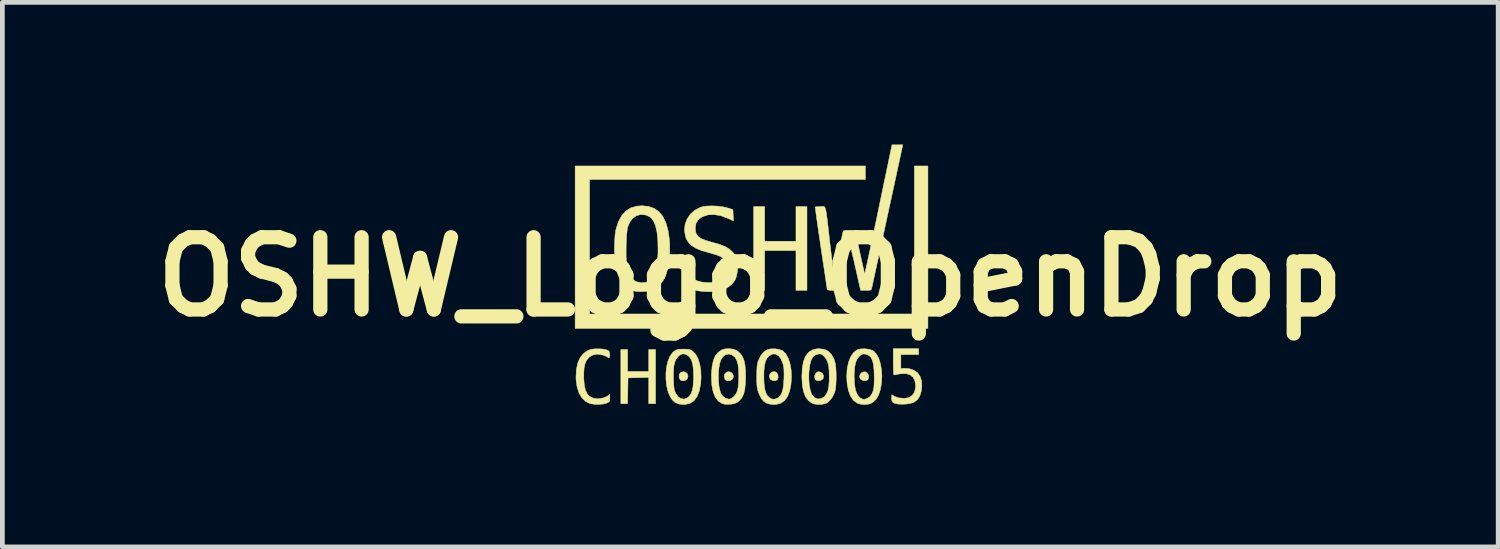
<source format=kicad_pcb>
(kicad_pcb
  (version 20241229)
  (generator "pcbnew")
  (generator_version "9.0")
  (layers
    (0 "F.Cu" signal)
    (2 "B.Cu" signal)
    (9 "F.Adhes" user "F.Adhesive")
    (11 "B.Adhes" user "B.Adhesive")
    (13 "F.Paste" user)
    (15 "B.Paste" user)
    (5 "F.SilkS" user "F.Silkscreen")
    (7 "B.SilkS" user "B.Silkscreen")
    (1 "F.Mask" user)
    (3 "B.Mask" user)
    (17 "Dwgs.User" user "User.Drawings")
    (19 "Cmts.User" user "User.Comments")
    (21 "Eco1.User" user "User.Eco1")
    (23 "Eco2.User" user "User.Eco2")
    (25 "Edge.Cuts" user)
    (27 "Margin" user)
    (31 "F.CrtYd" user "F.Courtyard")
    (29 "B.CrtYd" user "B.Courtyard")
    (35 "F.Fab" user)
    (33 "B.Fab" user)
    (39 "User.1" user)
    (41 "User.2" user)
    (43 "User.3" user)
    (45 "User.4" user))
  (footprint "OSHW_Logo_OpenDrop"
    (layer "F.Cu")
    (at 12.78 2.79)
    (property "Reference" "OSHW_Logo_OpenDrop" (at 0 0 0) (layer "F.SilkS") (effects (font (size 1.524 1.524) (thickness 0.3))))
    (attr through_hole)
    (fp_poly (pts (xy 2.428 -2.053) (xy -3.391 -2.053) (xy -3.391 0.785) (xy 3.463 0.785) (xy 3.463 -2.338) (xy 3.748 -2.338) (xy 3.748 1.089) (xy -3.695 1.089) (xy -3.695 -2.338) (xy 2.428 -2.338) (xy 2.428 -2.053)) (stroke (width 0.01) (type solid)) (fill yes) (layer "F.SilkS"))
    (fp_poly (pts (xy 0.303 -0.75) (xy 0.964 -0.75) (xy 0.964 -1.482) (xy 1.196 -1.482) (xy 1.196 0.286) (xy 0.964 0.286) (xy 0.964 -0.553) (xy 0.303 -0.553) (xy 0.303 0.286) (xy 0.071 0.286) (xy 0.071 -1.482) (xy 0.303 -1.482) (xy 0.303 -0.75)) (stroke (width 0.01) (type solid)) (fill yes) (layer "F.SilkS"))
    (fp_poly (pts (xy -2.588 1.999) (xy -2.142 1.999) (xy -2.142 1.535) (xy -1.999 1.535) (xy -1.999 2.677) (xy -2.142 2.677) (xy -2.142 2.123) (xy -2.361 2.128) (xy -2.579 2.133) (xy -2.584 2.405) (xy -2.589 2.677) (xy -2.731 2.677) (xy -2.731 1.535) (xy -2.588 1.535) (xy -2.588 1.999)) (stroke (width 0.01) (type solid)) (fill yes) (layer "F.SilkS"))
    (fp_poly (pts (xy -1.36 2.017) (xy -1.326 2.051) (xy -1.313 2.097) (xy -1.327 2.149) (xy -1.33 2.153) (xy -1.367 2.184) (xy -1.415 2.196) (xy -1.46 2.187) (xy -1.478 2.173) (xy -1.501 2.123) (xy -1.501 2.07) (xy -1.477 2.028) (xy -1.462 2.016) (xy -1.408 2.003) (xy -1.36 2.017)) (stroke (width 0.01) (type solid)) (fill yes) (layer "F.SilkS"))
    (fp_poly (pts (xy -0.427 2.007) (xy -0.387 2.031) (xy -0.362 2.07) (xy -0.357 2.115) (xy -0.379 2.161) (xy -0.385 2.167) (xy -0.427 2.191) (xy -0.477 2.194) (xy -0.52 2.178) (xy -0.535 2.161) (xy -0.552 2.1) (xy -0.537 2.047) (xy -0.521 2.029) (xy -0.474 2.004) (xy -0.427 2.007)) (stroke (width 0.01) (type solid)) (fill yes) (layer "F.SilkS"))
    (fp_poly (pts (xy 0.528 2.005) (xy 0.561 2.027) (xy 0.583 2.069) (xy 0.588 2.121) (xy 0.574 2.166) (xy 0.568 2.174) (xy 0.525 2.195) (xy 0.474 2.191) (xy 0.429 2.166) (xy 0.419 2.153) (xy 0.402 2.103) (xy 0.412 2.056) (xy 0.441 2.02) (xy 0.482 2.001) (xy 0.528 2.005)) (stroke (width 0.01) (type solid)) (fill yes) (layer "F.SilkS"))
    (fp_poly (pts (xy 2.463 2.025) (xy 2.491 2.069) (xy 2.498 2.121) (xy 2.484 2.167) (xy 2.478 2.174) (xy 2.436 2.193) (xy 2.384 2.19) (xy 2.337 2.167) (xy 2.329 2.159) (xy 2.307 2.115) (xy 2.314 2.07) (xy 2.34 2.032) (xy 2.379 2.008) (xy 2.425 2.005) (xy 2.463 2.025)) (stroke (width 0.01) (type solid)) (fill yes) (layer "F.SilkS"))
    (fp_poly (pts (xy 1.472 2.008) (xy 1.477 2.01) (xy 1.524 2.041) (xy 1.546 2.086) (xy 1.542 2.135) (xy 1.527 2.159) (xy 1.483 2.187) (xy 1.431 2.195) (xy 1.385 2.18) (xy 1.378 2.174) (xy 1.359 2.132) (xy 1.362 2.08) (xy 1.385 2.033) (xy 1.393 2.025) (xy 1.43 2.003) (xy 1.472 2.008)) (stroke (width 0.01) (type solid)) (fill yes) (layer "F.SilkS"))
    (fp_poly (pts (xy 3.552 1.642) (xy 3.177 1.642) (xy 3.177 1.938) (xy 3.245 1.931) (xy 3.349 1.937) (xy 3.448 1.97) (xy 3.526 2.023) (xy 3.58 2.096) (xy 3.612 2.193) (xy 3.62 2.305) (xy 3.608 2.413) (xy 3.577 2.515) (xy 3.529 2.589) (xy 3.462 2.642) (xy 3.445 2.651) (xy 3.385 2.67) (xy 3.303 2.684) (xy 3.214 2.689) (xy 3.131 2.686) (xy 3.115 2.684) (xy 3.044 2.668) (xy 3.003 2.642) (xy 2.984 2.599) (xy 2.981 2.556) (xy 2.982 2.507) (xy 2.987 2.489) (xy 3.001 2.495) (xy 3.014 2.505) (xy 3.05 2.526) (xy 3.106 2.546) (xy 3.145 2.556) (xy 3.256 2.566) (xy 3.348 2.548) (xy 3.419 2.502) (xy 3.466 2.431) (xy 3.488 2.336) (xy 3.49 2.303) (xy 3.476 2.201) (xy 3.437 2.122) (xy 3.373 2.069) (xy 3.287 2.043) (xy 3.181 2.045) (xy 3.147 2.05) (xy 3.09 2.061) (xy 3.047 2.069) (xy 3.031 2.071) (xy 3.026 2.054) (xy 3.022 2.007) (xy 3.019 1.937) (xy 3.017 1.85) (xy 3.017 1.794) (xy 3.017 1.517) (xy 3.552 1.517) (xy 3.552 1.642)) (stroke (width 0.01) (type solid)) (fill yes) (layer "F.SilkS"))
    (fp_poly (pts (xy -3.16 1.521) (xy -3.081 1.529) (xy -3.043 1.538) (xy -2.998 1.556) (xy -2.976 1.579) (xy -2.968 1.62) (xy -2.966 1.638) (xy -2.968 1.688) (xy -2.979 1.713) (xy -2.998 1.709) (xy -3.008 1.696) (xy -3.03 1.682) (xy -3.075 1.663) (xy -3.115 1.65) (xy -3.219 1.632) (xy -3.308 1.644) (xy -3.387 1.687) (xy -3.402 1.7) (xy -3.452 1.757) (xy -3.486 1.829) (xy -3.506 1.924) (xy -3.514 2.044) (xy -3.513 2.148) (xy -3.502 2.285) (xy -3.479 2.391) (xy -3.442 2.47) (xy -3.388 2.525) (xy -3.317 2.559) (xy -3.279 2.569) (xy -3.202 2.574) (xy -3.117 2.56) (xy -3.041 2.533) (xy -3.012 2.516) (xy -2.963 2.48) (xy -2.963 2.559) (xy -2.965 2.609) (xy -2.978 2.637) (xy -3.011 2.657) (xy -3.035 2.667) (xy -3.108 2.685) (xy -3.2 2.693) (xy -3.296 2.689) (xy -3.38 2.675) (xy -3.391 2.672) (xy -3.48 2.625) (xy -3.555 2.549) (xy -3.614 2.447) (xy -3.654 2.323) (xy -3.675 2.18) (xy -3.677 2.114) (xy -3.668 1.952) (xy -3.639 1.817) (xy -3.589 1.708) (xy -3.518 1.621) (xy -3.461 1.576) (xy -3.412 1.548) (xy -3.363 1.532) (xy -3.3 1.523) (xy -3.25 1.52) (xy -3.16 1.521)) (stroke (width 0.01) (type solid)) (fill yes) (layer "F.SilkS"))
    (fp_poly (pts (xy -0.366 1.526) (xy -0.296 1.55) (xy -0.284 1.558) (xy -0.219 1.611) (xy -0.17 1.675) (xy -0.135 1.754) (xy -0.113 1.853) (xy -0.101 1.979) (xy -0.098 2.106) (xy -0.103 2.256) (xy -0.116 2.375) (xy -0.139 2.471) (xy -0.176 2.547) (xy -0.226 2.609) (xy -0.272 2.648) (xy -0.324 2.671) (xy -0.396 2.686) (xy -0.476 2.692) (xy -0.549 2.687) (xy -0.589 2.676) (xy -0.672 2.623) (xy -0.737 2.543) (xy -0.782 2.433) (xy -0.81 2.294) (xy -0.819 2.125) (xy -0.818 2.069) (xy -0.673 2.069) (xy -0.671 2.197) (xy -0.659 2.318) (xy -0.635 2.42) (xy -0.618 2.466) (xy -0.575 2.525) (xy -0.517 2.565) (xy -0.454 2.581) (xy -0.428 2.579) (xy -0.387 2.559) (xy -0.343 2.524) (xy -0.336 2.517) (xy -0.297 2.464) (xy -0.27 2.398) (xy -0.252 2.313) (xy -0.244 2.202) (xy -0.242 2.106) (xy -0.246 1.963) (xy -0.259 1.851) (xy -0.284 1.765) (xy -0.319 1.702) (xy -0.331 1.688) (xy -0.393 1.643) (xy -0.461 1.63) (xy -0.527 1.647) (xy -0.585 1.694) (xy -0.616 1.743) (xy -0.646 1.832) (xy -0.665 1.944) (xy -0.673 2.069) (xy -0.818 2.069) (xy -0.818 2.042) (xy -0.805 1.888) (xy -0.778 1.765) (xy -0.737 1.668) (xy -0.678 1.595) (xy -0.603 1.542) (xy -0.535 1.522) (xy -0.451 1.516) (xy -0.366 1.526)) (stroke (width 0.01) (type solid)) (fill yes) (layer "F.SilkS"))
    (fp_poly (pts (xy -1.335 1.528) (xy -1.283 1.536) (xy -1.243 1.551) (xy -1.218 1.568) (xy -1.154 1.633) (xy -1.103 1.727) (xy -1.066 1.844) (xy -1.043 1.978) (xy -1.038 2.124) (xy -1.047 2.258) (xy -1.076 2.406) (xy -1.121 2.523) (xy -1.184 2.61) (xy -1.265 2.666) (xy -1.364 2.692) (xy -1.41 2.695) (xy -1.505 2.684) (xy -1.579 2.654) (xy -1.645 2.598) (xy -1.699 2.514) (xy -1.739 2.409) (xy -1.766 2.289) (xy -1.779 2.161) (xy -1.779 2.029) (xy -1.777 2.009) (xy -1.622 2.009) (xy -1.621 2.149) (xy -1.621 2.168) (xy -1.616 2.267) (xy -1.609 2.339) (xy -1.6 2.392) (xy -1.585 2.435) (xy -1.574 2.458) (xy -1.522 2.53) (xy -1.461 2.571) (xy -1.395 2.58) (xy -1.33 2.557) (xy -1.282 2.514) (xy -1.246 2.46) (xy -1.221 2.388) (xy -1.205 2.295) (xy -1.197 2.176) (xy -1.196 2.091) (xy -1.201 1.949) (xy -1.216 1.838) (xy -1.243 1.753) (xy -1.283 1.691) (xy -1.305 1.67) (xy -1.371 1.631) (xy -1.434 1.627) (xy -1.497 1.659) (xy -1.527 1.687) (xy -1.568 1.741) (xy -1.596 1.81) (xy -1.614 1.897) (xy -1.622 2.009) (xy -1.777 2.009) (xy -1.766 1.902) (xy -1.738 1.784) (xy -1.697 1.682) (xy -1.641 1.602) (xy -1.604 1.569) (xy -1.566 1.546) (xy -1.524 1.533) (xy -1.468 1.527) (xy -1.41 1.526) (xy -1.335 1.528)) (stroke (width 0.01) (type solid)) (fill yes) (layer "F.SilkS"))
    (fp_poly (pts (xy 1.558 1.53) (xy 1.644 1.569) (xy 1.712 1.637) (xy 1.766 1.736) (xy 1.779 1.771) (xy 1.795 1.84) (xy 1.806 1.934) (xy 1.812 2.042) (xy 1.812 2.156) (xy 1.808 2.265) (xy 1.798 2.36) (xy 1.783 2.432) (xy 1.779 2.444) (xy 1.731 2.541) (xy 1.67 2.618) (xy 1.604 2.667) (xy 1.596 2.67) (xy 1.519 2.69) (xy 1.432 2.695) (xy 1.349 2.683) (xy 1.292 2.661) (xy 1.218 2.601) (xy 1.161 2.52) (xy 1.122 2.416) (xy 1.098 2.284) (xy 1.091 2.156) (xy 1.235 2.156) (xy 1.244 2.278) (xy 1.264 2.385) (xy 1.292 2.47) (xy 1.305 2.493) (xy 1.358 2.551) (xy 1.423 2.578) (xy 1.491 2.572) (xy 1.557 2.534) (xy 1.574 2.517) (xy 1.612 2.465) (xy 1.639 2.4) (xy 1.656 2.315) (xy 1.665 2.206) (xy 1.666 2.106) (xy 1.663 1.976) (xy 1.653 1.875) (xy 1.633 1.797) (xy 1.603 1.735) (xy 1.562 1.683) (xy 1.56 1.681) (xy 1.518 1.644) (xy 1.485 1.628) (xy 1.444 1.629) (xy 1.432 1.63) (xy 1.369 1.651) (xy 1.321 1.691) (xy 1.284 1.756) (xy 1.259 1.847) (xy 1.242 1.969) (xy 1.237 2.027) (xy 1.235 2.156) (xy 1.091 2.156) (xy 1.089 2.124) (xy 1.089 2.095) (xy 1.097 1.925) (xy 1.123 1.786) (xy 1.166 1.676) (xy 1.227 1.596) (xy 1.306 1.544) (xy 1.405 1.52) (xy 1.451 1.517) (xy 1.558 1.53)) (stroke (width 0.01) (type solid)) (fill yes) (layer "F.SilkS"))
    (fp_poly (pts (xy 2.492 1.527) (xy 2.569 1.549) (xy 2.601 1.567) (xy 2.66 1.628) (xy 2.708 1.718) (xy 2.745 1.83) (xy 2.768 1.957) (xy 2.777 2.094) (xy 2.769 2.235) (xy 2.768 2.245) (xy 2.743 2.387) (xy 2.705 2.499) (xy 2.654 2.585) (xy 2.587 2.647) (xy 2.549 2.67) (xy 2.484 2.69) (xy 2.402 2.695) (xy 2.319 2.686) (xy 2.25 2.663) (xy 2.249 2.662) (xy 2.173 2.602) (xy 2.112 2.511) (xy 2.069 2.392) (xy 2.043 2.248) (xy 2.035 2.106) (xy 2.192 2.106) (xy 2.199 2.263) (xy 2.219 2.387) (xy 2.254 2.481) (xy 2.304 2.545) (xy 2.356 2.576) (xy 2.388 2.585) (xy 2.417 2.583) (xy 2.458 2.568) (xy 2.473 2.562) (xy 2.522 2.532) (xy 2.56 2.482) (xy 2.575 2.45) (xy 2.591 2.411) (xy 2.602 2.371) (xy 2.609 2.323) (xy 2.613 2.257) (xy 2.615 2.167) (xy 2.615 2.115) (xy 2.611 1.967) (xy 2.599 1.85) (xy 2.577 1.762) (xy 2.545 1.699) (xy 2.5 1.657) (xy 2.441 1.634) (xy 2.424 1.631) (xy 2.375 1.629) (xy 2.332 1.648) (xy 2.306 1.669) (xy 2.259 1.725) (xy 2.225 1.803) (xy 2.203 1.906) (xy 2.193 2.039) (xy 2.192 2.106) (xy 2.035 2.106) (xy 2.035 2.101) (xy 2.044 1.946) (xy 2.071 1.81) (xy 2.115 1.695) (xy 2.173 1.606) (xy 2.245 1.546) (xy 2.251 1.543) (xy 2.319 1.523) (xy 2.404 1.518) (xy 2.492 1.527)) (stroke (width 0.01) (type solid)) (fill yes) (layer "F.SilkS"))
    (fp_poly (pts (xy 0.606 1.532) (xy 0.678 1.559) (xy 0.691 1.567) (xy 0.752 1.63) (xy 0.802 1.722) (xy 0.839 1.836) (xy 0.862 1.967) (xy 0.869 2.109) (xy 0.86 2.255) (xy 0.859 2.262) (xy 0.831 2.409) (xy 0.786 2.525) (xy 0.725 2.61) (xy 0.646 2.666) (xy 0.55 2.692) (xy 0.498 2.695) (xy 0.43 2.689) (xy 0.367 2.675) (xy 0.343 2.666) (xy 0.284 2.627) (xy 0.237 2.573) (xy 0.195 2.494) (xy 0.176 2.448) (xy 0.159 2.401) (xy 0.148 2.353) (xy 0.141 2.297) (xy 0.137 2.224) (xy 0.136 2.126) (xy 0.136 2.106) (xy 0.286 2.106) (xy 0.291 2.256) (xy 0.306 2.373) (xy 0.333 2.461) (xy 0.371 2.521) (xy 0.379 2.529) (xy 0.439 2.573) (xy 0.495 2.585) (xy 0.556 2.569) (xy 0.574 2.56) (xy 0.623 2.523) (xy 0.66 2.466) (xy 0.686 2.385) (xy 0.703 2.277) (xy 0.711 2.148) (xy 0.713 2.037) (xy 0.71 1.953) (xy 0.701 1.885) (xy 0.688 1.829) (xy 0.649 1.734) (xy 0.599 1.668) (xy 0.541 1.632) (xy 0.477 1.628) (xy 0.411 1.658) (xy 0.394 1.67) (xy 0.351 1.72) (xy 0.319 1.788) (xy 0.299 1.878) (xy 0.288 1.996) (xy 0.286 2.106) (xy 0.136 2.106) (xy 0.138 1.993) (xy 0.142 1.908) (xy 0.15 1.843) (xy 0.163 1.791) (xy 0.168 1.776) (xy 0.219 1.668) (xy 0.283 1.588) (xy 0.354 1.54) (xy 0.43 1.522) (xy 0.519 1.519) (xy 0.606 1.532)) (stroke (width 0.01) (type solid)) (fill yes) (layer "F.SilkS"))
    (fp_poly (pts (xy -2.147 -1.485) (xy -2.027 -1.443) (xy -1.927 -1.373) (xy -1.845 -1.273) (xy -1.782 -1.143) (xy -1.736 -0.984) (xy -1.708 -0.794) (xy -1.702 -0.705) (xy -1.7 -0.515) (xy -1.714 -0.332) (xy -1.743 -0.166) (xy -1.787 -0.021) (xy -1.818 0.047) (xy -1.867 0.12) (xy -1.937 0.193) (xy -2.015 0.252) (xy -2.066 0.28) (xy -2.134 0.298) (xy -2.222 0.31) (xy -2.315 0.314) (xy -2.398 0.309) (xy -2.433 0.303) (xy -2.548 0.259) (xy -2.644 0.19) (xy -2.724 0.092) (xy -2.787 -0.035) (xy -2.831 -0.17) (xy -2.847 -0.256) (xy -2.858 -0.369) (xy -2.864 -0.498) (xy -2.864 -0.532) (xy -2.62 -0.532) (xy -2.619 -0.421) (xy -2.614 -0.326) (xy -2.608 -0.27) (xy -2.578 -0.131) (xy -2.537 -0.024) (xy -2.482 0.053) (xy -2.412 0.101) (xy -2.325 0.123) (xy -2.285 0.125) (xy -2.21 0.119) (xy -2.151 0.099) (xy -2.122 0.082) (xy -2.062 0.024) (xy -2.015 -0.06) (xy -1.981 -0.173) (xy -1.958 -0.315) (xy -1.947 -0.489) (xy -1.946 -0.586) (xy -1.951 -0.78) (xy -1.968 -0.941) (xy -1.997 -1.071) (xy -2.037 -1.171) (xy -2.09 -1.243) (xy -2.094 -1.246) (xy -2.136 -1.274) (xy -2.193 -1.298) (xy -2.214 -1.305) (xy -2.311 -1.314) (xy -2.4 -1.29) (xy -2.479 -1.237) (xy -2.541 -1.158) (xy -2.584 -1.055) (xy -2.588 -1.04) (xy -2.599 -0.975) (xy -2.608 -0.882) (xy -2.615 -0.772) (xy -2.619 -0.652) (xy -2.62 -0.532) (xy -2.864 -0.532) (xy -2.865 -0.633) (xy -2.861 -0.766) (xy -2.852 -0.886) (xy -2.838 -0.983) (xy -2.832 -1.007) (xy -2.781 -1.164) (xy -2.712 -1.291) (xy -2.626 -1.387) (xy -2.522 -1.453) (xy -2.398 -1.49) (xy -2.286 -1.499) (xy -2.147 -1.485)) (stroke (width 0.01) (type solid)) (fill yes) (layer "F.SilkS"))
    (fp_poly (pts (xy -0.697 -1.491) (xy -0.578 -1.476) (xy -0.474 -1.452) (xy -0.473 -1.451) (xy -0.366 -1.418) (xy -0.361 -1.298) (xy -0.355 -1.179) (xy -0.468 -1.232) (xy -0.618 -1.288) (xy -0.76 -1.313) (xy -0.89 -1.307) (xy -1.006 -1.27) (xy -1.031 -1.256) (xy -1.103 -1.199) (xy -1.145 -1.128) (xy -1.16 -1.035) (xy -1.16 -1.026) (xy -1.155 -0.954) (xy -1.135 -0.895) (xy -1.097 -0.847) (xy -1.037 -0.807) (xy -0.951 -0.771) (xy -0.835 -0.736) (xy -0.786 -0.723) (xy -0.638 -0.68) (xy -0.522 -0.633) (xy -0.433 -0.578) (xy -0.365 -0.513) (xy -0.315 -0.434) (xy -0.294 -0.386) (xy -0.273 -0.297) (xy -0.268 -0.19) (xy -0.277 -0.081) (xy -0.3 0.018) (xy -0.323 0.072) (xy -0.378 0.144) (xy -0.456 0.211) (xy -0.547 0.265) (xy -0.604 0.286) (xy -0.683 0.302) (xy -0.784 0.311) (xy -0.894 0.314) (xy -1.002 0.309) (xy -1.094 0.297) (xy -1.107 0.295) (xy -1.182 0.276) (xy -1.255 0.255) (xy -1.299 0.24) (xy -1.374 0.211) (xy -1.374 0.097) (xy -1.373 0.038) (xy -1.369 -0.003) (xy -1.364 -0.018) (xy -1.343 -0.011) (xy -1.3 0.008) (xy -1.243 0.034) (xy -1.243 0.034) (xy -1.121 0.085) (xy -1.011 0.114) (xy -0.896 0.123) (xy -0.823 0.121) (xy -0.735 0.113) (xy -0.67 0.098) (xy -0.618 0.073) (xy -0.616 0.072) (xy -0.548 0.009) (xy -0.503 -0.074) (xy -0.486 -0.171) (xy -0.488 -0.216) (xy -0.501 -0.287) (xy -0.527 -0.344) (xy -0.568 -0.39) (xy -0.63 -0.429) (xy -0.717 -0.464) (xy -0.834 -0.498) (xy -0.874 -0.509) (xy -1.026 -0.553) (xy -1.146 -0.602) (xy -1.237 -0.658) (xy -1.304 -0.724) (xy -1.35 -0.803) (xy -1.368 -0.854) (xy -1.388 -0.982) (xy -1.375 -1.106) (xy -1.332 -1.221) (xy -1.262 -1.323) (xy -1.168 -1.406) (xy -1.053 -1.465) (xy -1.022 -1.475) (xy -0.931 -1.491) (xy -0.819 -1.496) (xy -0.697 -1.491)) (stroke (width 0.01) (type solid)) (fill yes) (layer "F.SilkS"))
    (fp_poly (pts (xy 3.207 -2.735) (xy 3.201 -2.708) (xy 3.189 -2.65) (xy 3.17 -2.563) (xy 3.146 -2.451) (xy 3.117 -2.317) (xy 3.084 -2.165) (xy 3.048 -1.997) (xy 3.009 -1.816) (xy 2.968 -1.627) (xy 2.925 -1.431) (xy 2.882 -1.232) (xy 2.839 -1.034) (xy 2.797 -0.839) (xy 2.756 -0.65) (xy 2.717 -0.471) (xy 2.681 -0.305) (xy 2.648 -0.155) (xy 2.62 -0.024) (xy 2.596 0.085) (xy 2.578 0.168) (xy 2.566 0.223) (xy 2.561 0.245) (xy 2.553 0.268) (xy 2.534 0.28) (xy 2.496 0.285) (xy 2.44 0.286) (xy 2.328 0.286) (xy 2.213 -0.223) (xy 2.184 -0.352) (xy 2.156 -0.469) (xy 2.132 -0.57) (xy 2.112 -0.65) (xy 2.098 -0.705) (xy 2.089 -0.731) (xy 2.088 -0.732) (xy 2.082 -0.715) (xy 2.069 -0.668) (xy 2.05 -0.594) (xy 2.027 -0.499) (xy 2 -0.386) (xy 1.971 -0.26) (xy 1.963 -0.223) (xy 1.847 0.286) (xy 1.736 0.286) (xy 1.678 0.284) (xy 1.637 0.279) (xy 1.624 0.272) (xy 1.621 0.252) (xy 1.613 0.201) (xy 1.601 0.121) (xy 1.586 0.016) (xy 1.567 -0.111) (xy 1.545 -0.255) (xy 1.521 -0.414) (xy 1.496 -0.585) (xy 1.493 -0.603) (xy 1.468 -0.774) (xy 1.444 -0.934) (xy 1.423 -1.08) (xy 1.405 -1.207) (xy 1.39 -1.314) (xy 1.38 -1.396) (xy 1.373 -1.45) (xy 1.372 -1.473) (xy 1.372 -1.473) (xy 1.393 -1.478) (xy 1.439 -1.481) (xy 1.483 -1.482) (xy 1.509 -1.483) (xy 1.53 -1.485) (xy 1.548 -1.484) (xy 1.562 -1.478) (xy 1.574 -1.464) (xy 1.585 -1.438) (xy 1.595 -1.398) (xy 1.605 -1.339) (xy 1.616 -1.261) (xy 1.629 -1.158) (xy 1.644 -1.029) (xy 1.662 -0.87) (xy 1.68 -0.71) (xy 1.698 -0.562) (xy 1.714 -0.426) (xy 1.729 -0.305) (xy 1.741 -0.205) (xy 1.751 -0.128) (xy 1.759 -0.079) (xy 1.762 -0.061) (xy 1.762 -0.061) (xy 1.768 -0.079) (xy 1.779 -0.128) (xy 1.796 -0.201) (xy 1.816 -0.295) (xy 1.84 -0.405) (xy 1.857 -0.484) (xy 1.882 -0.604) (xy 1.906 -0.713) (xy 1.926 -0.807) (xy 1.941 -0.881) (xy 1.952 -0.928) (xy 1.955 -0.942) (xy 1.963 -0.963) (xy 1.98 -0.975) (xy 2.014 -0.98) (xy 2.075 -0.982) (xy 2.089 -0.982) (xy 2.15 -0.981) (xy 2.195 -0.979) (xy 2.213 -0.975) (xy 2.213 -0.975) (xy 2.217 -0.954) (xy 2.227 -0.903) (xy 2.243 -0.83) (xy 2.262 -0.74) (xy 2.284 -0.637) (xy 2.308 -0.529) (xy 2.332 -0.42) (xy 2.355 -0.316) (xy 2.376 -0.223) (xy 2.393 -0.146) (xy 2.406 -0.091) (xy 2.413 -0.063) (xy 2.414 -0.061) (xy 2.419 -0.077) (xy 2.43 -0.125) (xy 2.447 -0.203) (xy 2.47 -0.308) (xy 2.498 -0.438) (xy 2.531 -0.589) (xy 2.567 -0.759) (xy 2.606 -0.946) (xy 2.649 -1.147) (xy 2.693 -1.359) (xy 2.705 -1.419) (xy 2.99 -2.784) (xy 3.104 -2.784) (xy 3.217 -2.785) (xy 3.207 -2.735)) (stroke (width 0.01) (type solid)) (fill yes) (layer "F.SilkS")))
  (gr_rect
    (start -3 -3)
    (end 28.56 8.489)
    (stroke (width 0.1) (type default))
    (fill no)
    (layer "Edge.Cuts")))
</source>
